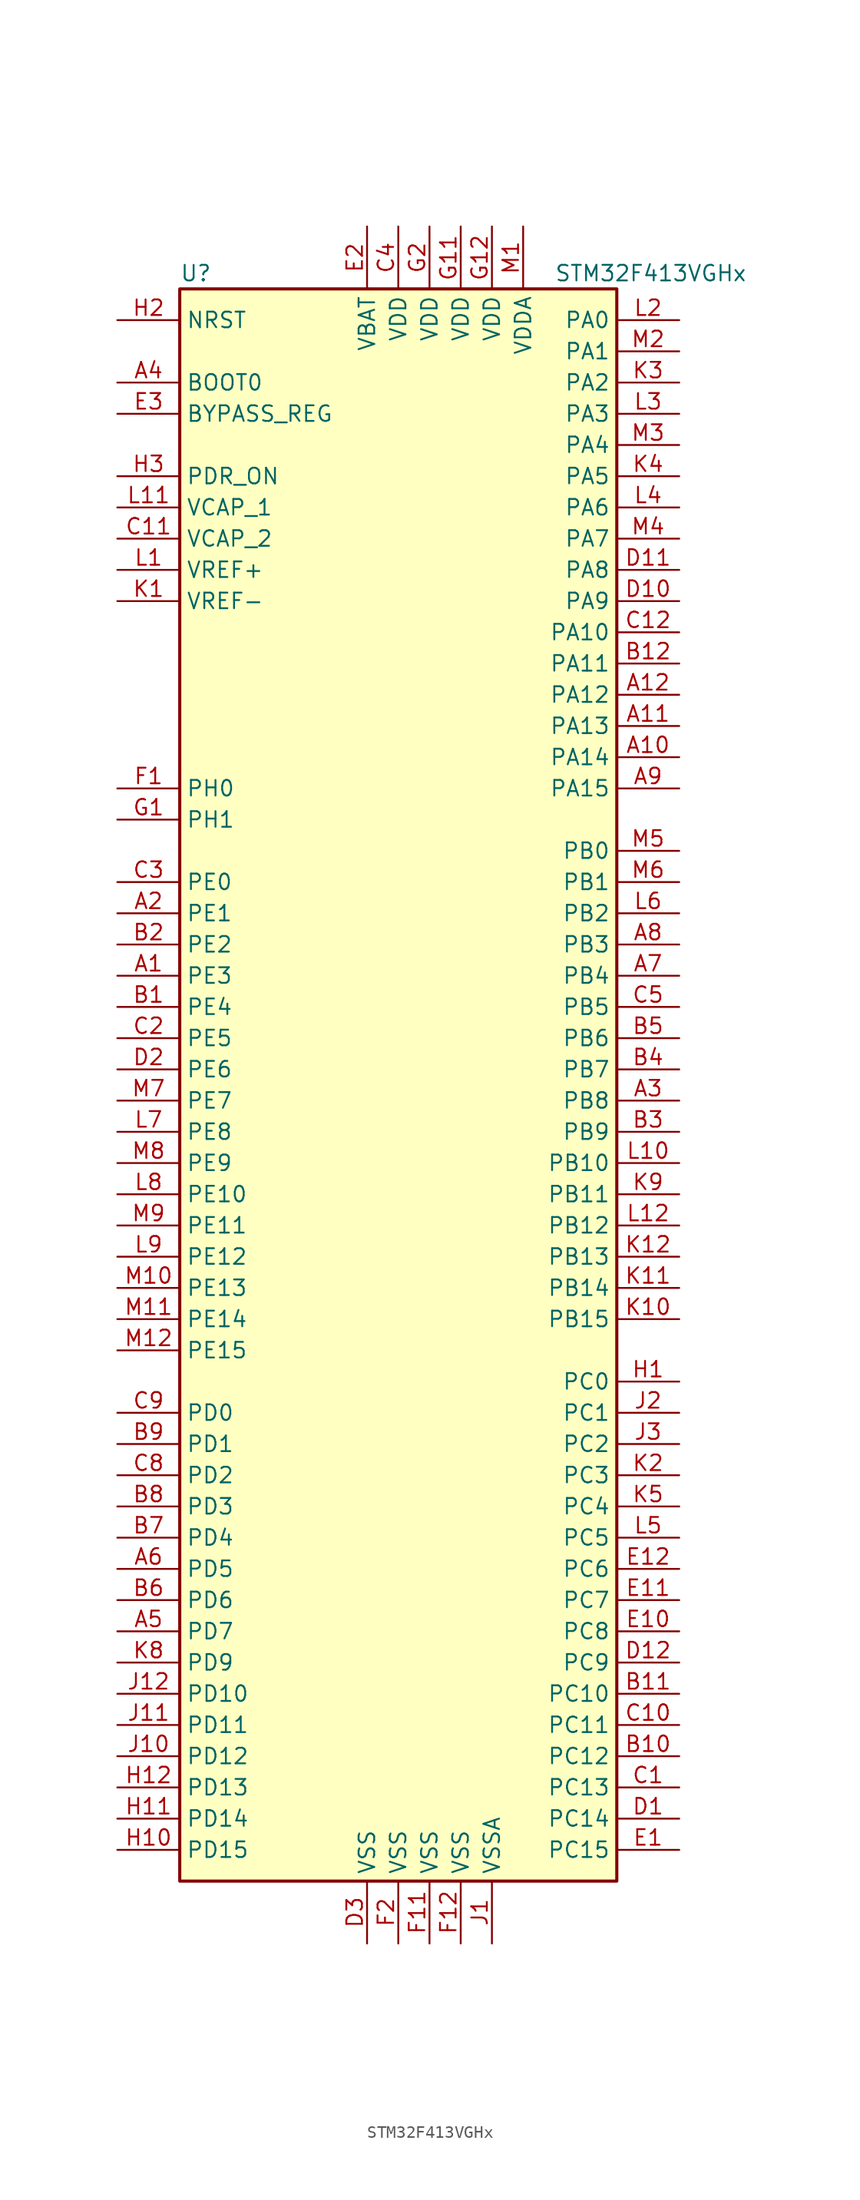
<source format=kicad_sym>
(kicad_symbol_lib
  (version 20201005)
  (generator kicad_symbol_editor)
  (symbol "STM32F413VGHx"
    (property "Reference" "U"
      (at -17.78 64.77 0)
      (effects (font (size 1.27 1.27)) (justify left)))
    (property "Value" "STM32F413VGHx"
      (at 12.7 64.77 0)
      (effects (font (size 1.27 1.27)) (justify left)))
    (symbol "STM32F413VGHx_0_1"
      (rectangle (start -17.78 -66.04) (end 17.78 63.5) (stroke (width 0.254)) (fill (type background))))
    (symbol "STM32F413VGHx_1_1"
      (pin input line (at -22.86 55.88 0) (length 5.08) (name "BOOT0" (effects (font (size 1.27 1.27)))) (number "A4" (effects (font (size 1.27 1.27)))))
      (pin input line (at -22.86 53.34 0) (length 5.08) (name "BYPASS_REG" (effects (font (size 1.27 1.27)))) (number "E3" (effects (font (size 1.27 1.27)))))
      (pin input line (at -22.86 60.96 0) (length 5.08) (name "NRST" (effects (font (size 1.27 1.27)))) (number "H2" (effects (font (size 1.27 1.27)))))
      (pin bidirectional line (at 22.86 60.96 180) (length 5.08) (name "PA0" (effects (font (size 1.27 1.27)))) (number "L2" (effects (font (size 1.27 1.27)))))
      (pin bidirectional line (at 22.86 58.42 180) (length 5.08) (name "PA1" (effects (font (size 1.27 1.27)))) (number "M2" (effects (font (size 1.27 1.27)))))
      (pin bidirectional line (at 22.86 35.56 180) (length 5.08) (name "PA10" (effects (font (size 1.27 1.27)))) (number "C12" (effects (font (size 1.27 1.27)))))
      (pin bidirectional line (at 22.86 33.02 180) (length 5.08) (name "PA11" (effects (font (size 1.27 1.27)))) (number "B12" (effects (font (size 1.27 1.27)))))
      (pin bidirectional line (at 22.86 30.48 180) (length 5.08) (name "PA12" (effects (font (size 1.27 1.27)))) (number "A12" (effects (font (size 1.27 1.27)))))
      (pin bidirectional line (at 22.86 27.94 180) (length 5.08) (name "PA13" (effects (font (size 1.27 1.27)))) (number "A11" (effects (font (size 1.27 1.27)))))
      (pin bidirectional line (at 22.86 25.4 180) (length 5.08) (name "PA14" (effects (font (size 1.27 1.27)))) (number "A10" (effects (font (size 1.27 1.27)))))
      (pin bidirectional line (at 22.86 22.86 180) (length 5.08) (name "PA15" (effects (font (size 1.27 1.27)))) (number "A9" (effects (font (size 1.27 1.27)))))
      (pin bidirectional line (at 22.86 55.88 180) (length 5.08) (name "PA2" (effects (font (size 1.27 1.27)))) (number "K3" (effects (font (size 1.27 1.27)))))
      (pin bidirectional line (at 22.86 53.34 180) (length 5.08) (name "PA3" (effects (font (size 1.27 1.27)))) (number "L3" (effects (font (size 1.27 1.27)))))
      (pin bidirectional line (at 22.86 50.8 180) (length 5.08) (name "PA4" (effects (font (size 1.27 1.27)))) (number "M3" (effects (font (size 1.27 1.27)))))
      (pin bidirectional line (at 22.86 48.26 180) (length 5.08) (name "PA5" (effects (font (size 1.27 1.27)))) (number "K4" (effects (font (size 1.27 1.27)))))
      (pin bidirectional line (at 22.86 45.72 180) (length 5.08) (name "PA6" (effects (font (size 1.27 1.27)))) (number "L4" (effects (font (size 1.27 1.27)))))
      (pin bidirectional line (at 22.86 43.18 180) (length 5.08) (name "PA7" (effects (font (size 1.27 1.27)))) (number "M4" (effects (font (size 1.27 1.27)))))
      (pin bidirectional line (at 22.86 40.64 180) (length 5.08) (name "PA8" (effects (font (size 1.27 1.27)))) (number "D11" (effects (font (size 1.27 1.27)))))
      (pin bidirectional line (at 22.86 38.1 180) (length 5.08) (name "PA9" (effects (font (size 1.27 1.27)))) (number "D10" (effects (font (size 1.27 1.27)))))
      (pin bidirectional line (at 22.86 17.78 180) (length 5.08) (name "PB0" (effects (font (size 1.27 1.27)))) (number "M5" (effects (font (size 1.27 1.27)))))
      (pin bidirectional line (at 22.86 15.24 180) (length 5.08) (name "PB1" (effects (font (size 1.27 1.27)))) (number "M6" (effects (font (size 1.27 1.27)))))
      (pin bidirectional line (at 22.86 -7.62 180) (length 5.08) (name "PB10" (effects (font (size 1.27 1.27)))) (number "L10" (effects (font (size 1.27 1.27)))))
      (pin bidirectional line (at 22.86 -10.16 180) (length 5.08) (name "PB11" (effects (font (size 1.27 1.27)))) (number "K9" (effects (font (size 1.27 1.27)))))
      (pin bidirectional line (at 22.86 -12.7 180) (length 5.08) (name "PB12" (effects (font (size 1.27 1.27)))) (number "L12" (effects (font (size 1.27 1.27)))))
      (pin bidirectional line (at 22.86 -15.24 180) (length 5.08) (name "PB13" (effects (font (size 1.27 1.27)))) (number "K12" (effects (font (size 1.27 1.27)))))
      (pin bidirectional line (at 22.86 -17.78 180) (length 5.08) (name "PB14" (effects (font (size 1.27 1.27)))) (number "K11" (effects (font (size 1.27 1.27)))))
      (pin bidirectional line (at 22.86 -20.32 180) (length 5.08) (name "PB15" (effects (font (size 1.27 1.27)))) (number "K10" (effects (font (size 1.27 1.27)))))
      (pin bidirectional line (at 22.86 12.7 180) (length 5.08) (name "PB2" (effects (font (size 1.27 1.27)))) (number "L6" (effects (font (size 1.27 1.27)))))
      (pin bidirectional line (at 22.86 10.16 180) (length 5.08) (name "PB3" (effects (font (size 1.27 1.27)))) (number "A8" (effects (font (size 1.27 1.27)))))
      (pin bidirectional line (at 22.86 7.62 180) (length 5.08) (name "PB4" (effects (font (size 1.27 1.27)))) (number "A7" (effects (font (size 1.27 1.27)))))
      (pin bidirectional line (at 22.86 5.08 180) (length 5.08) (name "PB5" (effects (font (size 1.27 1.27)))) (number "C5" (effects (font (size 1.27 1.27)))))
      (pin bidirectional line (at 22.86 2.54 180) (length 5.08) (name "PB6" (effects (font (size 1.27 1.27)))) (number "B5" (effects (font (size 1.27 1.27)))))
      (pin bidirectional line (at 22.86 0 180) (length 5.08) (name "PB7" (effects (font (size 1.27 1.27)))) (number "B4" (effects (font (size 1.27 1.27)))))
      (pin bidirectional line (at 22.86 -2.54 180) (length 5.08) (name "PB8" (effects (font (size 1.27 1.27)))) (number "A3" (effects (font (size 1.27 1.27)))))
      (pin bidirectional line (at 22.86 -5.08 180) (length 5.08) (name "PB9" (effects (font (size 1.27 1.27)))) (number "B3" (effects (font (size 1.27 1.27)))))
      (pin bidirectional line (at 22.86 -25.4 180) (length 5.08) (name "PC0" (effects (font (size 1.27 1.27)))) (number "H1" (effects (font (size 1.27 1.27)))))
      (pin bidirectional line (at 22.86 -27.94 180) (length 5.08) (name "PC1" (effects (font (size 1.27 1.27)))) (number "J2" (effects (font (size 1.27 1.27)))))
      (pin bidirectional line (at 22.86 -50.8 180) (length 5.08) (name "PC10" (effects (font (size 1.27 1.27)))) (number "B11" (effects (font (size 1.27 1.27)))))
      (pin bidirectional line (at 22.86 -53.34 180) (length 5.08) (name "PC11" (effects (font (size 1.27 1.27)))) (number "C10" (effects (font (size 1.27 1.27)))))
      (pin bidirectional line (at 22.86 -55.88 180) (length 5.08) (name "PC12" (effects (font (size 1.27 1.27)))) (number "B10" (effects (font (size 1.27 1.27)))))
      (pin bidirectional line (at 22.86 -58.42 180) (length 5.08) (name "PC13" (effects (font (size 1.27 1.27)))) (number "C1" (effects (font (size 1.27 1.27)))))
      (pin bidirectional line (at 22.86 -60.96 180) (length 5.08) (name "PC14" (effects (font (size 1.27 1.27)))) (number "D1" (effects (font (size 1.27 1.27)))))
      (pin bidirectional line (at 22.86 -63.5 180) (length 5.08) (name "PC15" (effects (font (size 1.27 1.27)))) (number "E1" (effects (font (size 1.27 1.27)))))
      (pin bidirectional line (at 22.86 -30.48 180) (length 5.08) (name "PC2" (effects (font (size 1.27 1.27)))) (number "J3" (effects (font (size 1.27 1.27)))))
      (pin bidirectional line (at 22.86 -33.02 180) (length 5.08) (name "PC3" (effects (font (size 1.27 1.27)))) (number "K2" (effects (font (size 1.27 1.27)))))
      (pin bidirectional line (at 22.86 -35.56 180) (length 5.08) (name "PC4" (effects (font (size 1.27 1.27)))) (number "K5" (effects (font (size 1.27 1.27)))))
      (pin bidirectional line (at 22.86 -38.1 180) (length 5.08) (name "PC5" (effects (font (size 1.27 1.27)))) (number "L5" (effects (font (size 1.27 1.27)))))
      (pin bidirectional line (at 22.86 -40.64 180) (length 5.08) (name "PC6" (effects (font (size 1.27 1.27)))) (number "E12" (effects (font (size 1.27 1.27)))))
      (pin bidirectional line (at 22.86 -43.18 180) (length 5.08) (name "PC7" (effects (font (size 1.27 1.27)))) (number "E11" (effects (font (size 1.27 1.27)))))
      (pin bidirectional line (at 22.86 -45.72 180) (length 5.08) (name "PC8" (effects (font (size 1.27 1.27)))) (number "E10" (effects (font (size 1.27 1.27)))))
      (pin bidirectional line (at 22.86 -48.26 180) (length 5.08) (name "PC9" (effects (font (size 1.27 1.27)))) (number "D12" (effects (font (size 1.27 1.27)))))
      (pin bidirectional line (at -22.86 -27.94 0) (length 5.08) (name "PD0" (effects (font (size 1.27 1.27)))) (number "C9" (effects (font (size 1.27 1.27)))))
      (pin bidirectional line (at -22.86 -30.48 0) (length 5.08) (name "PD1" (effects (font (size 1.27 1.27)))) (number "B9" (effects (font (size 1.27 1.27)))))
      (pin bidirectional line (at -22.86 -50.8 0) (length 5.08) (name "PD10" (effects (font (size 1.27 1.27)))) (number "J12" (effects (font (size 1.27 1.27)))))
      (pin bidirectional line (at -22.86 -53.34 0) (length 5.08) (name "PD11" (effects (font (size 1.27 1.27)))) (number "J11" (effects (font (size 1.27 1.27)))))
      (pin bidirectional line (at -22.86 -55.88 0) (length 5.08) (name "PD12" (effects (font (size 1.27 1.27)))) (number "J10" (effects (font (size 1.27 1.27)))))
      (pin bidirectional line (at -22.86 -58.42 0) (length 5.08) (name "PD13" (effects (font (size 1.27 1.27)))) (number "H12" (effects (font (size 1.27 1.27)))))
      (pin bidirectional line (at -22.86 -60.96 0) (length 5.08) (name "PD14" (effects (font (size 1.27 1.27)))) (number "H11" (effects (font (size 1.27 1.27)))))
      (pin bidirectional line (at -22.86 -63.5 0) (length 5.08) (name "PD15" (effects (font (size 1.27 1.27)))) (number "H10" (effects (font (size 1.27 1.27)))))
      (pin bidirectional line (at -22.86 -33.02 0) (length 5.08) (name "PD2" (effects (font (size 1.27 1.27)))) (number "C8" (effects (font (size 1.27 1.27)))))
      (pin bidirectional line (at -22.86 -35.56 0) (length 5.08) (name "PD3" (effects (font (size 1.27 1.27)))) (number "B8" (effects (font (size 1.27 1.27)))))
      (pin bidirectional line (at -22.86 -38.1 0) (length 5.08) (name "PD4" (effects (font (size 1.27 1.27)))) (number "B7" (effects (font (size 1.27 1.27)))))
      (pin bidirectional line (at -22.86 -40.64 0) (length 5.08) (name "PD5" (effects (font (size 1.27 1.27)))) (number "A6" (effects (font (size 1.27 1.27)))))
      (pin bidirectional line (at -22.86 -43.18 0) (length 5.08) (name "PD6" (effects (font (size 1.27 1.27)))) (number "B6" (effects (font (size 1.27 1.27)))))
      (pin bidirectional line (at -22.86 -45.72 0) (length 5.08) (name "PD7" (effects (font (size 1.27 1.27)))) (number "A5" (effects (font (size 1.27 1.27)))))
      (pin bidirectional line (at -22.86 -48.26 0) (length 5.08) (name "PD9" (effects (font (size 1.27 1.27)))) (number "K8" (effects (font (size 1.27 1.27)))))
      (pin power_in line (at -22.86 48.26 0) (length 5.08) (name "PDR_ON" (effects (font (size 1.27 1.27)))) (number "H3" (effects (font (size 1.27 1.27)))))
      (pin bidirectional line (at -22.86 15.24 0) (length 5.08) (name "PE0" (effects (font (size 1.27 1.27)))) (number "C3" (effects (font (size 1.27 1.27)))))
      (pin bidirectional line (at -22.86 12.7 0) (length 5.08) (name "PE1" (effects (font (size 1.27 1.27)))) (number "A2" (effects (font (size 1.27 1.27)))))
      (pin bidirectional line (at -22.86 -10.16 0) (length 5.08) (name "PE10" (effects (font (size 1.27 1.27)))) (number "L8" (effects (font (size 1.27 1.27)))))
      (pin bidirectional line (at -22.86 -12.7 0) (length 5.08) (name "PE11" (effects (font (size 1.27 1.27)))) (number "M9" (effects (font (size 1.27 1.27)))))
      (pin bidirectional line (at -22.86 -15.24 0) (length 5.08) (name "PE12" (effects (font (size 1.27 1.27)))) (number "L9" (effects (font (size 1.27 1.27)))))
      (pin bidirectional line (at -22.86 -17.78 0) (length 5.08) (name "PE13" (effects (font (size 1.27 1.27)))) (number "M10" (effects (font (size 1.27 1.27)))))
      (pin bidirectional line (at -22.86 -20.32 0) (length 5.08) (name "PE14" (effects (font (size 1.27 1.27)))) (number "M11" (effects (font (size 1.27 1.27)))))
      (pin bidirectional line (at -22.86 -22.86 0) (length 5.08) (name "PE15" (effects (font (size 1.27 1.27)))) (number "M12" (effects (font (size 1.27 1.27)))))
      (pin bidirectional line (at -22.86 10.16 0) (length 5.08) (name "PE2" (effects (font (size 1.27 1.27)))) (number "B2" (effects (font (size 1.27 1.27)))))
      (pin bidirectional line (at -22.86 7.62 0) (length 5.08) (name "PE3" (effects (font (size 1.27 1.27)))) (number "A1" (effects (font (size 1.27 1.27)))))
      (pin bidirectional line (at -22.86 5.08 0) (length 5.08) (name "PE4" (effects (font (size 1.27 1.27)))) (number "B1" (effects (font (size 1.27 1.27)))))
      (pin bidirectional line (at -22.86 2.54 0) (length 5.08) (name "PE5" (effects (font (size 1.27 1.27)))) (number "C2" (effects (font (size 1.27 1.27)))))
      (pin bidirectional line (at -22.86 0 0) (length 5.08) (name "PE6" (effects (font (size 1.27 1.27)))) (number "D2" (effects (font (size 1.27 1.27)))))
      (pin bidirectional line (at -22.86 -2.54 0) (length 5.08) (name "PE7" (effects (font (size 1.27 1.27)))) (number "M7" (effects (font (size 1.27 1.27)))))
      (pin bidirectional line (at -22.86 -5.08 0) (length 5.08) (name "PE8" (effects (font (size 1.27 1.27)))) (number "L7" (effects (font (size 1.27 1.27)))))
      (pin bidirectional line (at -22.86 -7.62 0) (length 5.08) (name "PE9" (effects (font (size 1.27 1.27)))) (number "M8" (effects (font (size 1.27 1.27)))))
      (pin input line (at -22.86 22.86 0) (length 5.08) (name "PH0" (effects (font (size 1.27 1.27)))) (number "F1" (effects (font (size 1.27 1.27)))))
      (pin input line (at -22.86 20.32 0) (length 5.08) (name "PH1" (effects (font (size 1.27 1.27)))) (number "G1" (effects (font (size 1.27 1.27)))))
      (pin power_in line (at -2.54 68.58 270) (length 5.08) (name "VBAT" (effects (font (size 1.27 1.27)))) (number "E2" (effects (font (size 1.27 1.27)))))
      (pin power_in line (at -22.86 45.72 0) (length 5.08) (name "VCAP_1" (effects (font (size 1.27 1.27)))) (number "L11" (effects (font (size 1.27 1.27)))))
      (pin power_in line (at -22.86 43.18 0) (length 5.08) (name "VCAP_2" (effects (font (size 1.27 1.27)))) (number "C11" (effects (font (size 1.27 1.27)))))
      (pin power_in line (at 0 68.58 270) (length 5.08) (name "VDD" (effects (font (size 1.27 1.27)))) (number "C4" (effects (font (size 1.27 1.27)))))
      (pin power_in line (at 5.08 68.58 270) (length 5.08) (name "VDD" (effects (font (size 1.27 1.27)))) (number "G11" (effects (font (size 1.27 1.27)))))
      (pin power_in line (at 7.62 68.58 270) (length 5.08) (name "VDD" (effects (font (size 1.27 1.27)))) (number "G12" (effects (font (size 1.27 1.27)))))
      (pin power_in line (at 2.54 68.58 270) (length 5.08) (name "VDD" (effects (font (size 1.27 1.27)))) (number "G2" (effects (font (size 1.27 1.27)))))
      (pin power_in line (at 10.16 68.58 270) (length 5.08) (name "VDDA" (effects (font (size 1.27 1.27)))) (number "M1" (effects (font (size 1.27 1.27)))))
      (pin power_in line (at -22.86 40.64 0) (length 5.08) (name "VREF+" (effects (font (size 1.27 1.27)))) (number "L1" (effects (font (size 1.27 1.27)))))
      (pin power_in line (at -22.86 38.1 0) (length 5.08) (name "VREF-" (effects (font (size 1.27 1.27)))) (number "K1" (effects (font (size 1.27 1.27)))))
      (pin power_in line (at -2.54 -71.12 90) (length 5.08) (name "VSS" (effects (font (size 1.27 1.27)))) (number "D3" (effects (font (size 1.27 1.27)))))
      (pin power_in line (at 2.54 -71.12 90) (length 5.08) (name "VSS" (effects (font (size 1.27 1.27)))) (number "F11" (effects (font (size 1.27 1.27)))))
      (pin power_in line (at 5.08 -71.12 90) (length 5.08) (name "VSS" (effects (font (size 1.27 1.27)))) (number "F12" (effects (font (size 1.27 1.27)))))
      (pin power_in line (at 0 -71.12 90) (length 5.08) (name "VSS" (effects (font (size 1.27 1.27)))) (number "F2" (effects (font (size 1.27 1.27)))))
      (pin power_in line (at 7.62 -71.12 90) (length 5.08) (name "VSSA" (effects (font (size 1.27 1.27)))) (number "J1" (effects (font (size 1.27 1.27))))))))
</source>
